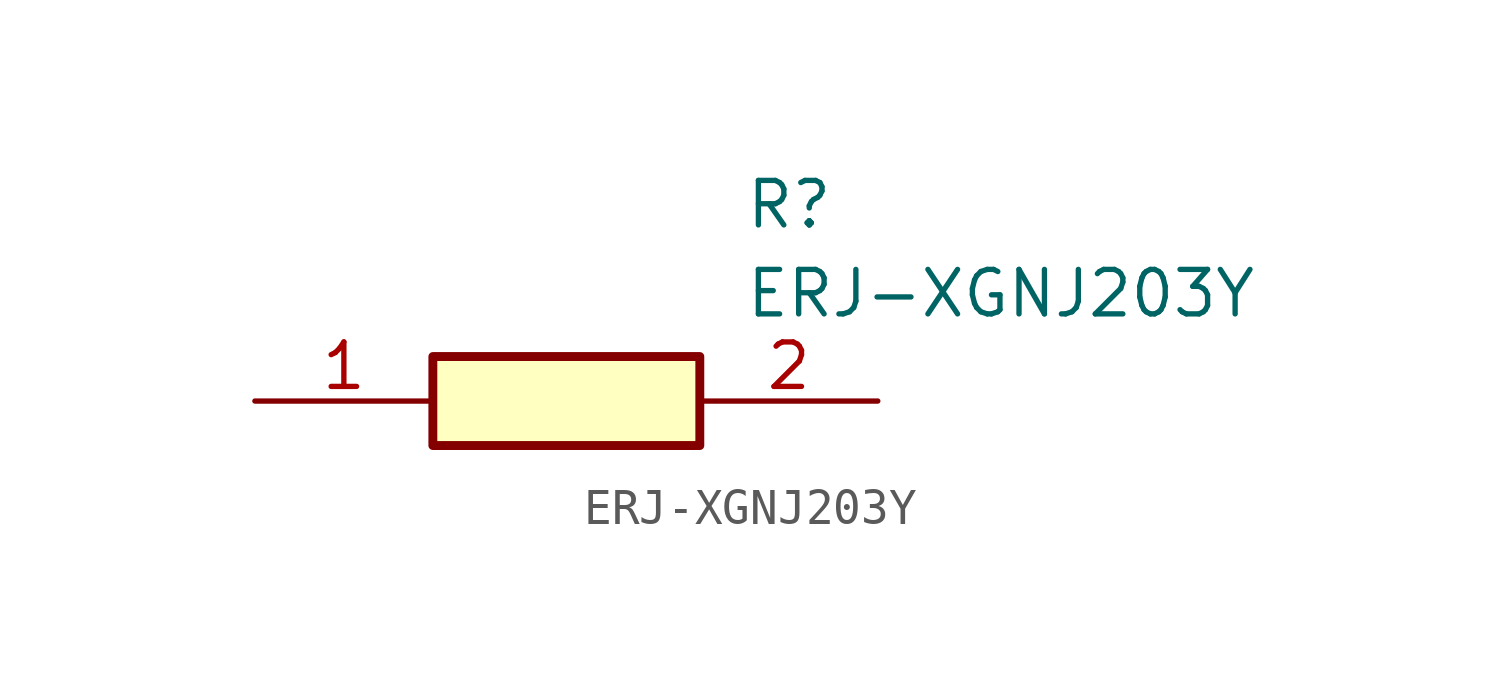
<source format=kicad_sym>
(kicad_symbol_lib
  (version 20211014)
  (generator SamacSys_ECAD_Model)
  (symbol "ERJ-XGNJ203Y"
    (pin_names hide)
    (property "Reference" "R"
      (at 13.97 6.35 0)
      (effects (font (size 1.27 1.27)) (justify left top)))
    (property "Value" "ERJ-XGNJ203Y"
      (at 13.97 3.81 0)
      (effects (font (size 1.27 1.27)) (justify left top)))
    (rectangle
      (start 5.08 1.27)
      (end 12.7 -1.27)
      (stroke (width 0.254) (type default))
      (fill (type background)))
    (pin passive line
      (at 0 0 0)
      (length 5.08)
      (name "1" (effects (font (size 1.27 1.27))))
      (number "1" (effects (font (size 1.27 1.27)))))
    (pin passive line
      (at 17.78 0 180)
      (length 5.08)
      (name "2" (effects (font (size 1.27 1.27))))
      (number "2" (effects (font (size 1.27 1.27)))))))
</source>
